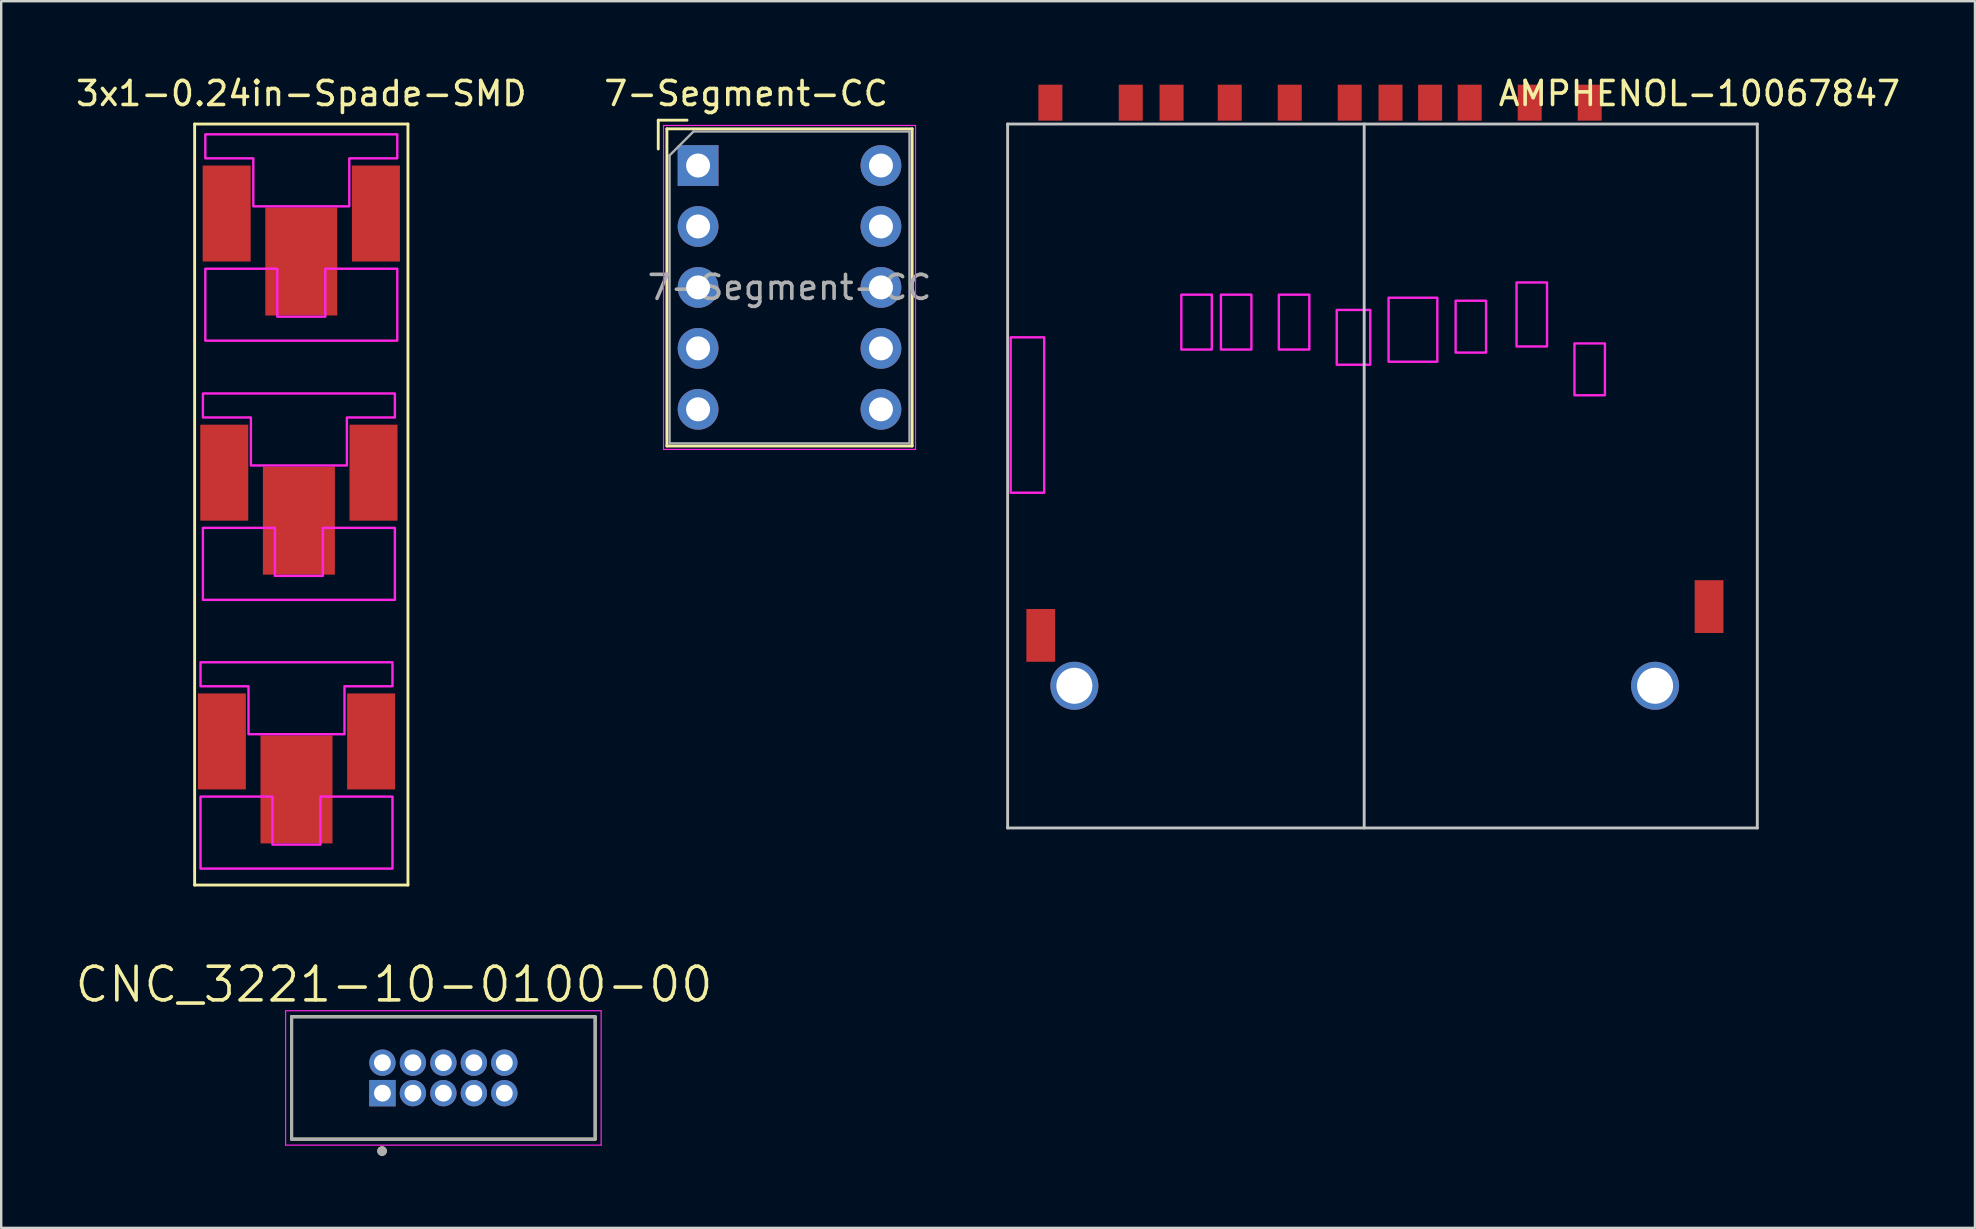
<source format=kicad_pcb>
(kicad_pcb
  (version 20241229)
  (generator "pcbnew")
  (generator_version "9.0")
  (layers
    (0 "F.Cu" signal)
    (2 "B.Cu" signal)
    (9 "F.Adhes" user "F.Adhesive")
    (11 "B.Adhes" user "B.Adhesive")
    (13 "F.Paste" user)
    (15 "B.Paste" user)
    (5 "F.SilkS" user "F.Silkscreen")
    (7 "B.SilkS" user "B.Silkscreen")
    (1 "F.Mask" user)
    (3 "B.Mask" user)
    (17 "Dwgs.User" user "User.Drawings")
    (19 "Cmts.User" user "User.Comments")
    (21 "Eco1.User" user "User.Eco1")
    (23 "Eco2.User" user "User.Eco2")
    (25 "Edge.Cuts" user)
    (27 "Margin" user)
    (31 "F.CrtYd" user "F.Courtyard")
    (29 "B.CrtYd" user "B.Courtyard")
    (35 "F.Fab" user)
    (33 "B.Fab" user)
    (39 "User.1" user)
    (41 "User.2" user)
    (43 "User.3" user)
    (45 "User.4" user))
  (footprint "CNC_3221-10-0100-00"
    (layer "F.Cu")
    (at 15.427 41.871)
    (property "Reference" "CNC_3221-10-0100-00" (at -2.058 -3.894 0) (layer "F.SilkS") (effects (font (size 1.402 1.402) (thickness 0.15))))
    (attr through_hole)
    (fp_line (start -6.325 -2.55) (end 6.325 -2.55) (stroke (width 0.127) (type solid)) (layer "F.SilkS"))
    (fp_line (start -6.325 2.55) (end -6.325 -2.55) (stroke (width 0.127) (type solid)) (layer "F.SilkS"))
    (fp_line (start 6.325 -2.55) (end 6.325 2.55) (stroke (width 0.127) (type solid)) (layer "F.SilkS"))
    (fp_line (start 6.325 2.55) (end -6.325 2.55) (stroke (width 0.127) (type solid)) (layer "F.SilkS"))
    (fp_circle (center -2.555 3.048) (end -2.455 3.048) (stroke (width 0.2) (type solid)) (fill no) (layer "F.SilkS"))
    (fp_line (start -6.575 -2.8) (end 6.575 -2.8) (stroke (width 0.05) (type solid)) (layer "F.CrtYd"))
    (fp_line (start -6.575 2.8) (end -6.575 -2.8) (stroke (width 0.05) (type solid)) (layer "F.CrtYd"))
    (fp_line (start 6.575 -2.8) (end 6.575 2.8) (stroke (width 0.05) (type solid)) (layer "F.CrtYd"))
    (fp_line (start 6.575 2.8) (end -6.575 2.8) (stroke (width 0.05) (type solid)) (layer "F.CrtYd"))
    (fp_line (start -6.325 -2.55) (end 6.325 -2.55) (stroke (width 0.127) (type solid)) (layer "F.Fab"))
    (fp_line (start -6.325 2.55) (end -6.325 -2.55) (stroke (width 0.127) (type solid)) (layer "F.Fab"))
    (fp_line (start 6.325 -2.55) (end 6.325 2.55) (stroke (width 0.127) (type solid)) (layer "F.Fab"))
    (fp_line (start 6.325 2.55) (end -6.325 2.55) (stroke (width 0.127) (type solid)) (layer "F.Fab"))
    (fp_circle (center -2.555 3.048) (end -2.455 3.048) (stroke (width 0.2) (type solid)) (fill no) (layer "F.Fab"))
    (pad "1" thru_hole rect (at -2.54 0.635) (size 1.1 1.1) (drill 0.7) (layers "*.Cu" "*.Mask"))
    (pad "2" thru_hole circle (at -2.54 -0.635) (size 1.1 1.1) (drill 0.7) (layers "*.Cu" "*.Mask"))
    (pad "3" thru_hole circle (at -1.27 0.635) (size 1.1 1.1) (drill 0.7) (layers "*.Cu" "*.Mask"))
    (pad "4" thru_hole circle (at -1.27 -0.635) (size 1.1 1.1) (drill 0.7) (layers "*.Cu" "*.Mask"))
    (pad "5" thru_hole circle (at 0 0.635) (size 1.1 1.1) (drill 0.7) (layers "*.Cu" "*.Mask"))
    (pad "6" thru_hole circle (at 0 -0.635) (size 1.1 1.1) (drill 0.7) (layers "*.Cu" "*.Mask"))
    (pad "7" thru_hole circle (at 1.27 0.635) (size 1.1 1.1) (drill 0.7) (layers "*.Cu" "*.Mask"))
    (pad "8" thru_hole circle (at 1.27 -0.635) (size 1.1 1.1) (drill 0.7) (layers "*.Cu" "*.Mask"))
    (pad "9" thru_hole circle (at 2.54 0.635) (size 1.1 1.1) (drill 0.7) (layers "*.Cu" "*.Mask"))
    (pad "10" thru_hole circle (at 2.54 -0.635) (size 1.1 1.1) (drill 0.7) (layers "*.Cu" "*.Mask")))
  (footprint "3x1-0.24in-Spade-SMD"
    (layer "F.Cu")
    (at 9.506 7.833)
    (property "Reference" "3x1-0.24in-Spade-SMD" (at 0 -6.985 180) (layer "F.SilkS") (effects (font (size 1 1) (thickness 0.15))))
    (attr through_hole)
    (fp_line (start -4.445 -5.715) (end -4.445 26) (stroke (width 0.12) (type solid)) (layer "F.SilkS"))
    (fp_line (start -4.445 26) (end 4.445 26) (stroke (width 0.12) (type solid)) (layer "F.SilkS"))
    (fp_line (start 4.445 -5.715) (end -4.445 -5.715) (stroke (width 0.12) (type solid)) (layer "F.SilkS"))
    (fp_line (start 4.445 26) (end 4.445 -5.715) (stroke (width 0.12) (type solid)) (layer "F.SilkS"))
    (fp_poly (pts (xy -1.2 24.315) (xy 0.8 24.315) (xy 0.8 22.315) (xy 3.8 22.315) (xy 3.8 25.315) (xy -4.2 25.315) (xy -4.2 22.315) (xy -1.2 22.315)) (stroke (width 0.1) (type solid)) (fill no) (layer "F.CrtYd"))
    (fp_poly (pts (xy -1.1 13.115) (xy 0.9 13.115) (xy 0.9 11.115) (xy 3.9 11.115) (xy 3.9 14.115) (xy -4.1 14.115) (xy -4.1 11.115) (xy -1.1 11.115)) (stroke (width 0.1) (type solid)) (fill no) (layer "F.CrtYd"))
    (fp_poly (pts (xy -1 2.315) (xy 1 2.315) (xy 1 0.315) (xy 4 0.315) (xy 4 3.315) (xy -4 3.315) (xy -4 0.315) (xy -1 0.315)) (stroke (width 0.1) (type solid)) (fill no) (layer "F.CrtYd"))
    (fp_poly (pts (xy 3.8 17.715) (xy 1.8 17.715) (xy 1.8 19.715) (xy -2.2 19.715) (xy -2.2 17.715) (xy -4.2 17.715) (xy -4.2 16.715) (xy 3.8 16.715)) (stroke (width 0.1) (type solid)) (fill no) (layer "F.CrtYd"))
    (fp_poly (pts (xy 3.9 6.515) (xy 1.9 6.515) (xy 1.9 8.515) (xy -2.1 8.515) (xy -2.1 6.515) (xy -4.1 6.515) (xy -4.1 5.515) (xy 3.9 5.515)) (stroke (width 0.1) (type solid)) (fill no) (layer "F.CrtYd"))
    (fp_poly (pts (xy 4 -4.285) (xy 2 -4.285) (xy 2 -2.285) (xy -2 -2.285) (xy -2 -4.285) (xy -4 -4.285) (xy -4 -5.285) (xy 4 -5.285)) (stroke (width 0.1) (type solid)) (fill no) (layer "F.CrtYd"))
    (pad "1" smd rect (at -3.11 -1.985) (size 2 4) (layers "F.Cu" "F.Mask" "F.Paste"))
    (pad "1" smd rect (at 0 0.015) (size 3 4.5) (layers "F.Cu" "F.Mask" "F.Paste"))
    (pad "1" smd rect (at 3.11 -1.985) (size 2 4) (layers "F.Cu" "F.Mask" "F.Paste"))
    (pad "2" smd rect (at -3.21 8.815) (size 2 4) (layers "F.Cu" "F.Mask" "F.Paste"))
    (pad "2" smd rect (at -0.1 10.815) (size 3 4.5) (layers "F.Cu" "F.Mask" "F.Paste"))
    (pad "2" smd rect (at 3.01 8.815) (size 2 4) (layers "F.Cu" "F.Mask" "F.Paste"))
    (pad "3" smd rect (at -3.31 20.015) (size 2 4) (layers "F.Cu" "F.Mask" "F.Paste"))
    (pad "3" smd rect (at -0.2 22.015) (size 3 4.5) (layers "F.Cu" "F.Mask" "F.Paste"))
    (pad "3" smd rect (at 2.91 20.015) (size 2 4) (layers "F.Cu" "F.Mask" "F.Paste")))
  (footprint "AMPHENOL-10067847"
    (layer "F.Cu")
    (at 63.198 1.229)
    (property "Reference" "AMPHENOL-10067847" (at 4.572 -0.381 0) (layer "F.SilkS") (effects (font (size 1 1) (thickness 0.15))))
    (attr through_hole)
    (fp_line (start -24.257 0.889) (end 6.985 0.889) (stroke (width 0.12) (type solid)) (layer "Dwgs.User"))
    (fp_line (start -24.257 30.226) (end -24.257 0.889) (stroke (width 0.12) (type solid)) (layer "Dwgs.User"))
    (fp_line (start -9.398 0.889) (end -9.398 30.226) (stroke (width 0.12) (type solid)) (layer "Dwgs.User"))
    (fp_line (start 6.985 0.889) (end 6.985 30.226) (stroke (width 0.12) (type solid)) (layer "Dwgs.User"))
    (fp_line (start 6.985 30.226) (end -24.257 30.226) (stroke (width 0.12) (type solid)) (layer "Dwgs.User"))
    (fp_poly (pts (xy -22.733 16.256) (xy -24.13 16.256) (xy -24.13 9.779) (xy -22.733 9.779)) (stroke (width 0.1) (type solid)) (fill no) (layer "F.CrtYd"))
    (fp_poly (pts (xy -15.748 10.287) (xy -17.018 10.287) (xy -17.018 8.001) (xy -15.748 8.001)) (stroke (width 0.1) (type solid)) (fill no) (layer "F.CrtYd"))
    (fp_poly (pts (xy -14.097 10.287) (xy -15.367 10.287) (xy -15.367 8.001) (xy -14.097 8.001)) (stroke (width 0.1) (type solid)) (fill no) (layer "F.CrtYd"))
    (fp_poly (pts (xy -11.684 10.287) (xy -12.954 10.287) (xy -12.954 8.001) (xy -11.684 8.001)) (stroke (width 0.1) (type solid)) (fill no) (layer "F.CrtYd"))
    (fp_poly (pts (xy -9.144 10.922) (xy -10.541 10.922) (xy -10.541 8.636) (xy -9.144 8.636)) (stroke (width 0.1) (type solid)) (fill no) (layer "F.CrtYd"))
    (fp_poly (pts (xy -6.35 10.795) (xy -8.382 10.795) (xy -8.382 8.128) (xy -6.35 8.128)) (stroke (width 0.1) (type solid)) (fill no) (layer "F.CrtYd"))
    (fp_poly (pts (xy -4.318 10.414) (xy -5.588 10.414) (xy -5.588 8.255) (xy -4.318 8.255)) (stroke (width 0.1) (type solid)) (fill no) (layer "F.CrtYd"))
    (fp_poly (pts (xy -1.778 10.16) (xy -3.048 10.16) (xy -3.048 7.493) (xy -1.778 7.493)) (stroke (width 0.1) (type solid)) (fill no) (layer "F.CrtYd"))
    (fp_poly (pts (xy 0.635 12.192) (xy -0.635 12.192) (xy -0.635 10.033) (xy 0.635 10.033)) (stroke (width 0.1) (type solid)) (fill no) (layer "F.CrtYd"))
    (pad "" thru_hole circle (at -21.475 24.3 180) (size 2 2) (drill 1.5) (layers "*.Cu" "*.Mask"))
    (pad "" thru_hole circle (at 2.725 24.3 180) (size 2 2) (drill 1.5) (layers "*.Cu" "*.Mask"))
    (pad "1" smd rect (at -2.5 0) (size 1 1.5) (layers "F.Cu" "F.Mask" "F.Paste"))
    (pad "2" smd rect (at -5 0) (size 1 1.5) (layers "F.Cu" "F.Mask" "F.Paste"))
    (pad "3" smd rect (at -8.3 0) (size 1 1.5) (layers "F.Cu" "F.Mask" "F.Paste"))
    (pad "4" smd rect (at -10 0) (size 1 1.5) (layers "F.Cu" "F.Mask" "F.Paste"))
    (pad "5" smd rect (at -12.5 0) (size 1 1.5) (layers "F.Cu" "F.Mask" "F.Paste"))
    (pad "6" smd rect (at -15 0) (size 1 1.5) (layers "F.Cu" "F.Mask" "F.Paste"))
    (pad "7" smd rect (at -17.425 0) (size 1 1.5) (layers "F.Cu" "F.Mask" "F.Paste"))
    (pad "8" smd rect (at -19.125 0) (size 1 1.5) (layers "F.Cu" "F.Mask" "F.Paste"))
    (pad "9" smd rect (at 0 0) (size 1 1.5) (layers "F.Cu" "F.Mask" "F.Paste"))
    (pad "10" smd rect (at -6.65 0) (size 1 1.5) (layers "F.Cu" "F.Mask" "F.Paste"))
    (pad "11" smd rect (at -22.475 0) (size 1 1.5) (layers "F.Cu" "F.Mask" "F.Paste"))
    (pad "GND" smd rect (at -22.875 22.2 180) (size 1.2 2.2) (layers "F.Cu" "F.Mask" "F.Paste"))
    (pad "GND" smd rect (at 4.975 21 180) (size 1.2 2.2) (layers "F.Cu" "F.Mask" "F.Paste")))
  (footprint "7-Segment-CC"
    (layer "F.Cu")
    (at 30.042 8.848)
    (property "Reference" "7-Segment-CC" (at -2 -8 0) (layer "F.SilkS") (effects (font (size 1 1) (thickness 0.15))))
    (attr through_hole)
    (fp_line (start -5.66 -6.89) (end -4.46 -6.89) (stroke (width 0.12) (type solid)) (layer "F.SilkS"))
    (fp_line (start -5.66 -5.69) (end -5.66 -6.89) (stroke (width 0.12) (type solid)) (layer "F.SilkS"))
    (fp_line (start -5.3 -6.53) (end -5.3 6.69) (stroke (width 0.12) (type solid)) (layer "F.SilkS"))
    (fp_line (start -5.3 6.69) (end 4.92 6.69) (stroke (width 0.12) (type solid)) (layer "F.SilkS"))
    (fp_line (start 4.92 -6.53) (end -5.3 -6.53) (stroke (width 0.12) (type solid)) (layer "F.SilkS"))
    (fp_line (start 4.92 6.69) (end 4.92 -6.53) (stroke (width 0.12) (type solid)) (layer "F.SilkS"))
    (fp_line (start -5.44 -6.67) (end 5.06 -6.67) (stroke (width 0.05) (type solid)) (layer "F.CrtYd"))
    (fp_line (start -5.44 6.83) (end -5.44 -6.67) (stroke (width 0.05) (type solid)) (layer "F.CrtYd"))
    (fp_line (start 5.06 -6.67) (end 5.06 6.83) (stroke (width 0.05) (type solid)) (layer "F.CrtYd"))
    (fp_line (start 5.06 6.83) (end -5.44 6.83) (stroke (width 0.05) (type solid)) (layer "F.CrtYd"))
    (fp_line (start -5.19 -5.42) (end -4.19 -6.42) (stroke (width 0.1) (type solid)) (layer "F.Fab"))
    (fp_line (start -5.19 6.58) (end -5.19 -5.42) (stroke (width 0.1) (type solid)) (layer "F.Fab"))
    (fp_line (start -4.19 -6.42) (end 4.81 -6.42) (stroke (width 0.1) (type solid)) (layer "F.Fab"))
    (fp_line (start 4.81 -6.42) (end 4.81 6.58) (stroke (width 0.1) (type solid)) (layer "F.Fab"))
    (fp_line (start 4.81 6.58) (end -5.19 6.58) (stroke (width 0.1) (type solid)) (layer "F.Fab"))
    (fp_text user "${REFERENCE}" (at -0.19 0.08 180) (layer "F.Fab") (effects (font (size 1 1) (thickness 0.15))))
    (pad "1" thru_hole rect (at -4 -5) (size 1.7 1.7) (drill 1) (layers "*.Cu" "*.Mask"))
    (pad "2" thru_hole circle (at -4 -2.46) (size 1.7 1.7) (drill 1) (layers "*.Cu" "*.Mask"))
    (pad "3" thru_hole circle (at -4 0.08) (size 1.7 1.7) (drill 1) (layers "*.Cu" "*.Mask"))
    (pad "4" thru_hole circle (at -4 2.62) (size 1.7 1.7) (drill 1) (layers "*.Cu" "*.Mask"))
    (pad "5" thru_hole circle (at -4 5.16) (size 1.7 1.7) (drill 1) (layers "*.Cu" "*.Mask"))
    (pad "6" thru_hole circle (at 3.62 5.16) (size 1.7 1.7) (drill 1) (layers "*.Cu" "*.Mask"))
    (pad "7" thru_hole circle (at 3.62 2.62) (size 1.7 1.7) (drill 1) (layers "*.Cu" "*.Mask"))
    (pad "8" thru_hole circle (at 3.62 0.08) (size 1.7 1.7) (drill 1) (layers "*.Cu" "*.Mask"))
    (pad "9" thru_hole circle (at 3.62 -2.46) (size 1.7 1.7) (drill 1) (layers "*.Cu" "*.Mask"))
    (pad "10" thru_hole circle (at 3.62 -5) (size 1.7 1.7) (drill 1) (layers "*.Cu" "*.Mask")))
  (gr_rect
    (start -3 -3)
    (end 79.253 48.119)
    (stroke (width 0.1) (type default))
    (fill no)
    (layer "Edge.Cuts")))
</source>
